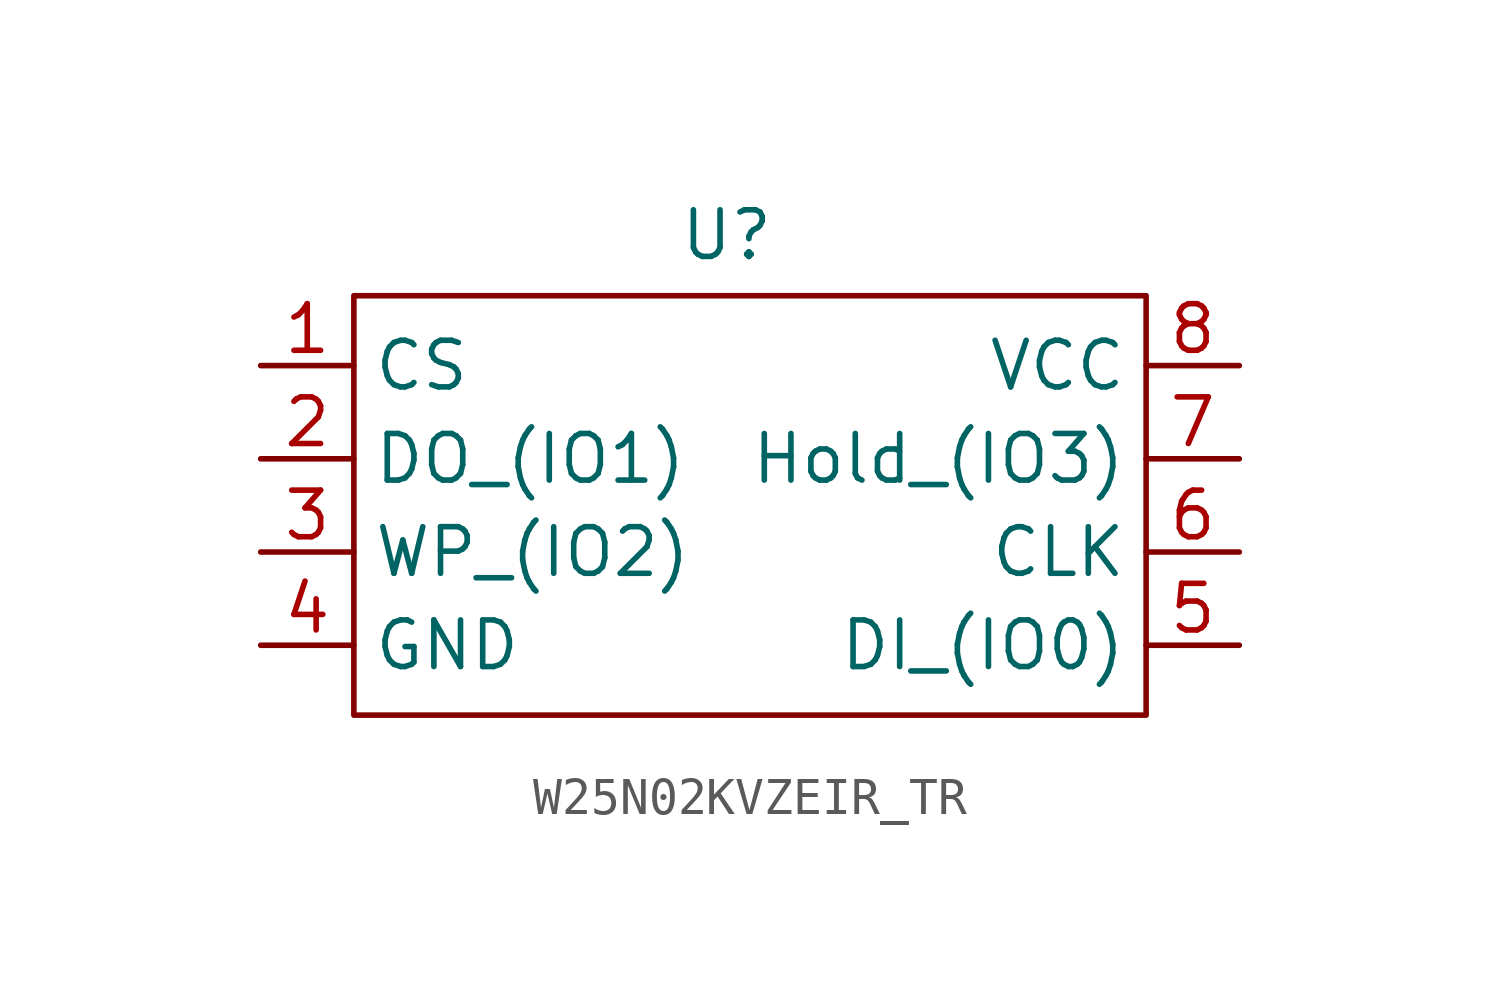
<source format=kicad_sym>
(kicad_symbol_lib
  (version 20231120)
  (generator "kicad_symbol_editor")
  (generator_version "8.0")
  (symbol "W25N02KVZEIR_TR"
    (property "Reference" "U"
      (at 0 3.556 0)
      (effects (font (size 1.27 1.27))))
    (property "Value" ""
      (at 0 0 0)
      (effects (font (size 1.27 1.27))))
    (symbol "W25N02KVZEIR_TR_0_1"
      (rectangle (start -10.16 1.905) (end 11.43 -9.525) (stroke (width 0) (type default)) (fill (type none))))
    (symbol "W25N02KVZEIR_TR_1_1"
      (pin input line (at -12.7 0 0) (length 2.54) (name "CS" (effects (font (size 1.27 1.27)))) (number "1" (effects (font (size 1.27 1.27)))))
      (pin input line (at -12.7 -2.54 0) (length 2.54) (name "DO_(IO1)" (effects (font (size 1.27 1.27)))) (number "2" (effects (font (size 1.27 1.27)))))
      (pin input line (at -12.7 -5.08 0) (length 2.54) (name "WP_(IO2)" (effects (font (size 1.27 1.27)))) (number "3" (effects (font (size 1.27 1.27)))))
      (pin input line (at -12.7 -7.62 0) (length 2.54) (name "GND" (effects (font (size 1.27 1.27)))) (number "4" (effects (font (size 1.27 1.27)))))
      (pin input line (at 13.97 -7.62 180) (length 2.54) (name "DI_(IO0)" (effects (font (size 1.27 1.27)))) (number "5" (effects (font (size 1.27 1.27)))))
      (pin input line (at 13.97 -5.08 180) (length 2.54) (name "CLK" (effects (font (size 1.27 1.27)))) (number "6" (effects (font (size 1.27 1.27)))))
      (pin input line (at 13.97 -2.54 180) (length 2.54) (name "Hold_(IO3)" (effects (font (size 1.27 1.27)))) (number "7" (effects (font (size 1.27 1.27)))))
      (pin input line (at 13.97 0 180) (length 2.54) (name "VCC" (effects (font (size 1.27 1.27)))) (number "8" (effects (font (size 1.27 1.27))))))))
</source>
